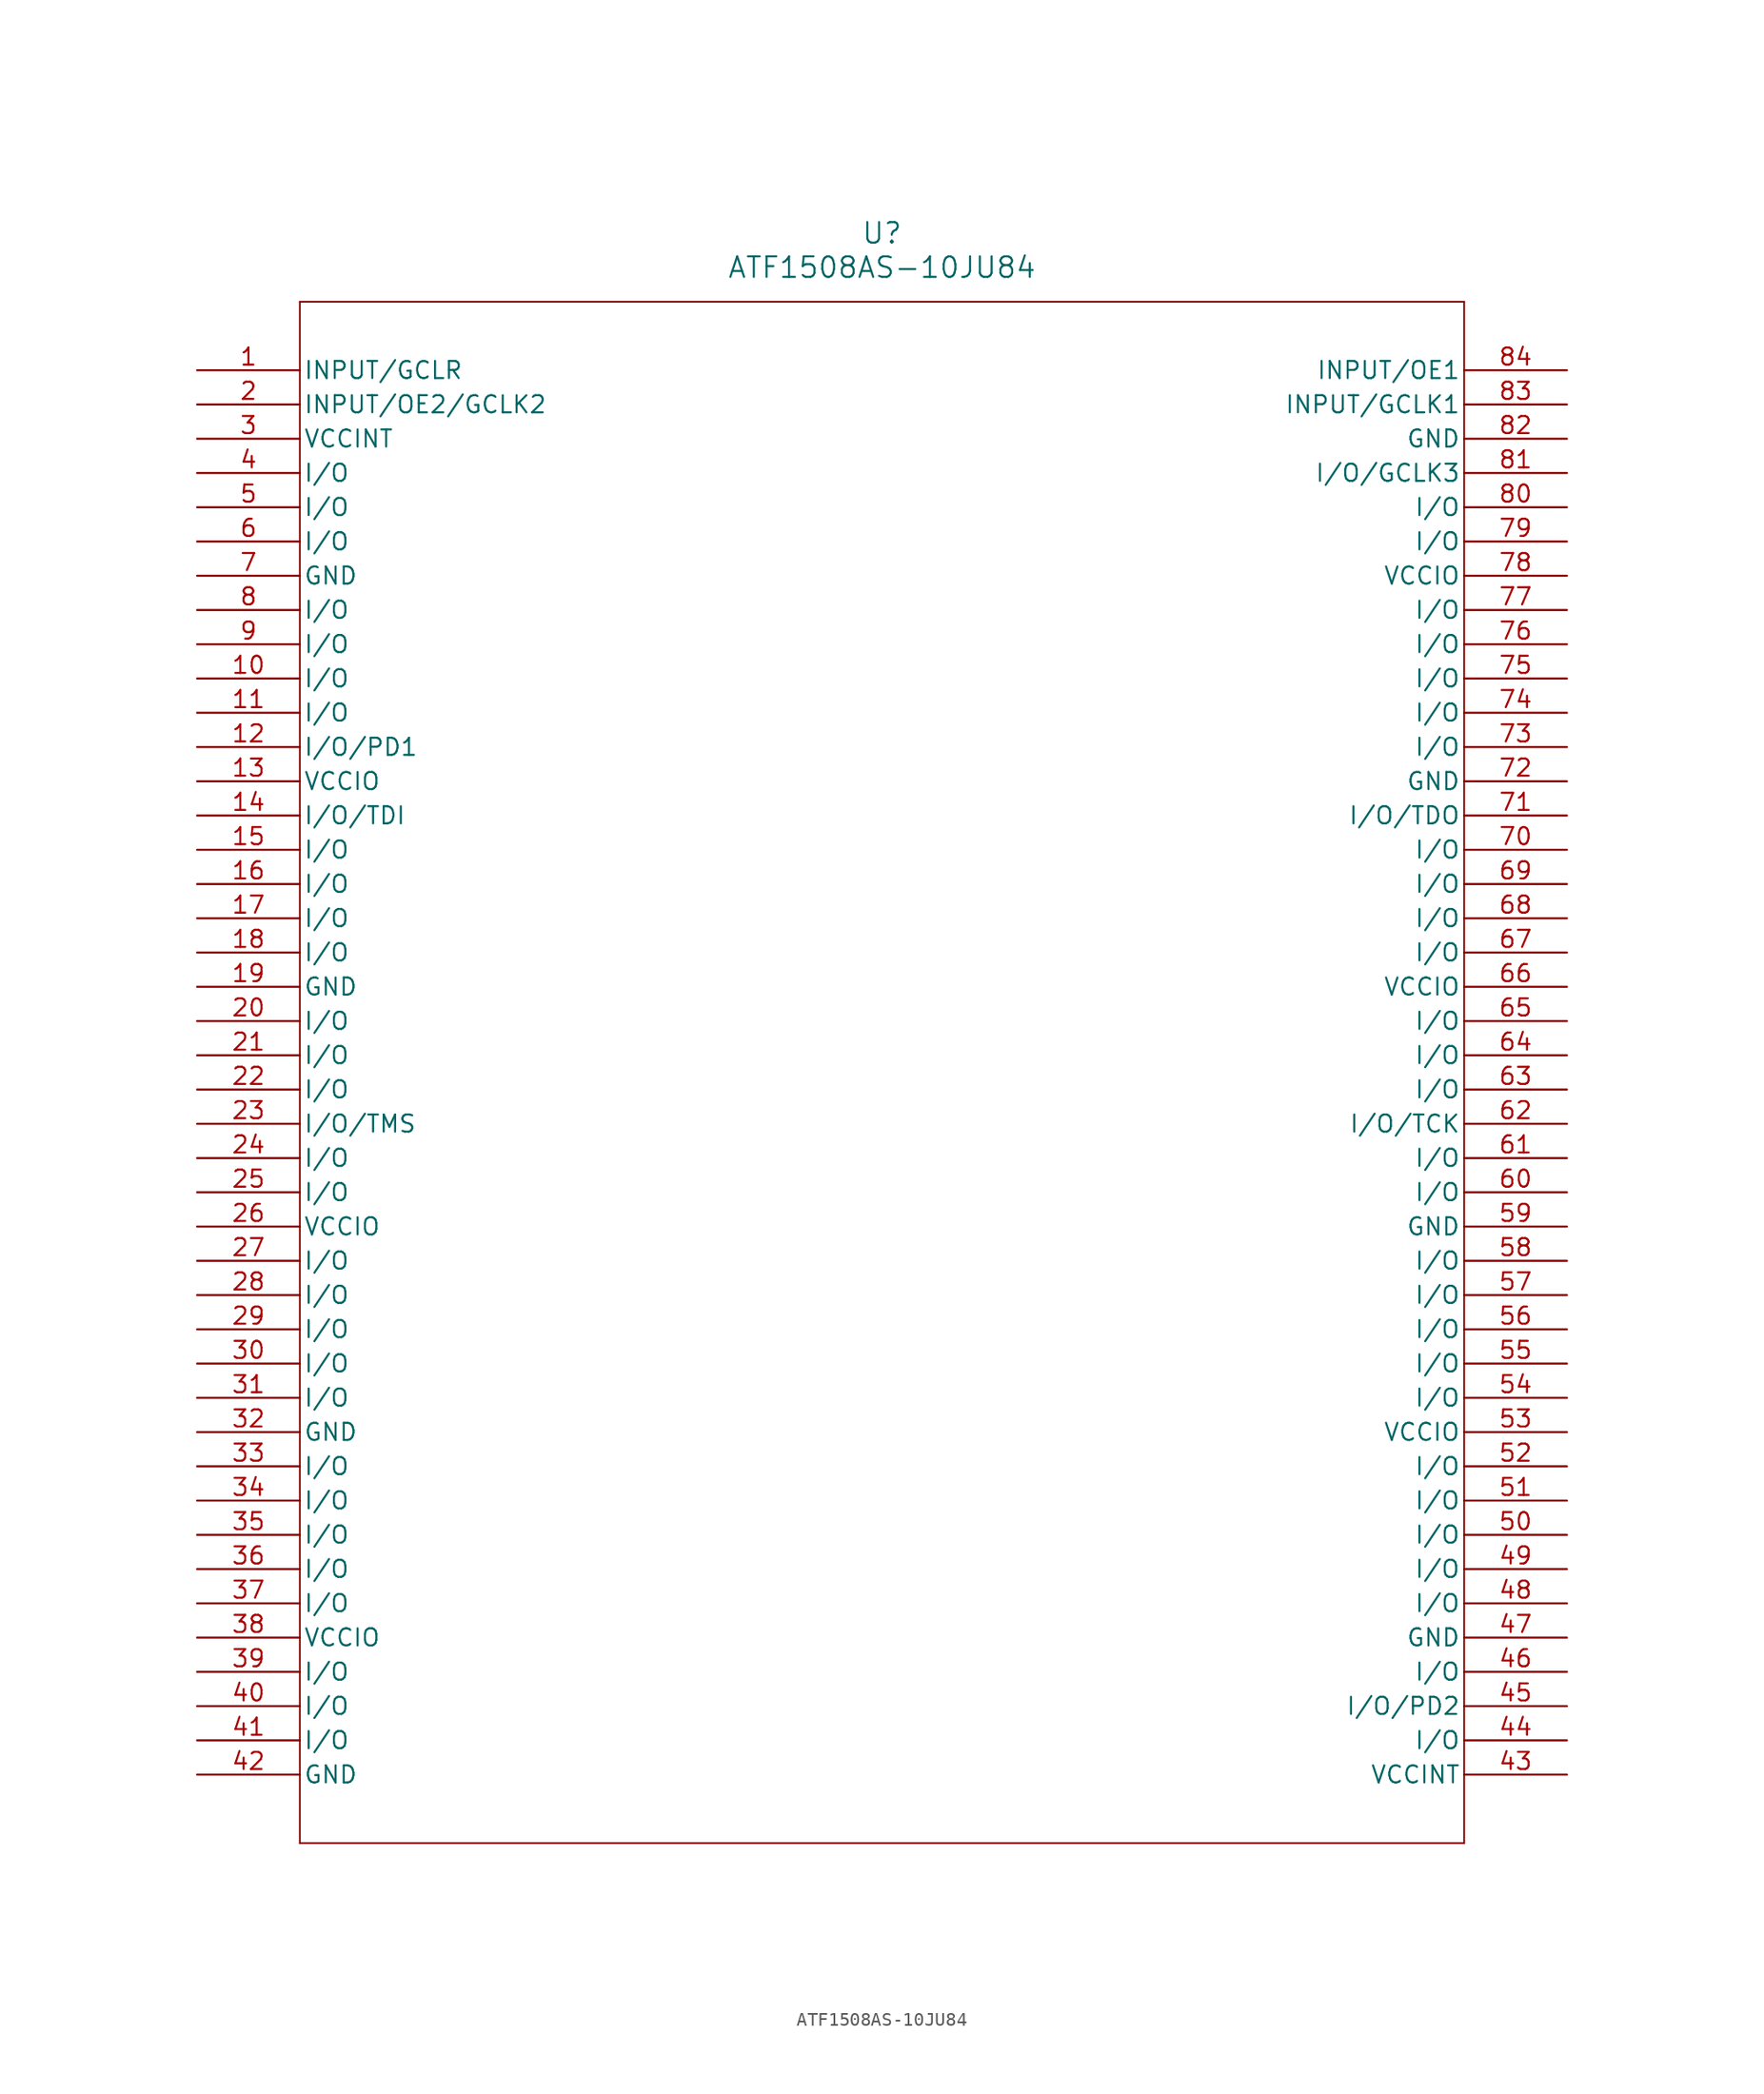
<source format=kicad_sym>
(kicad_symbol_lib
  (version 20211014)
  (generator kicad_symbol_editor)
  (symbol "ATF1508AS-10JU84"
    (pin_names
      (offset 0.254))
    (property "Reference" "U"
      (at 50.8 10.16 0)
      (effects (font (size 1.524 1.524))))
    (property "Value" "ATF1508AS-10JU84"
      (at 50.8 7.62 0)
      (effects (font (size 1.524 1.524))))
    (symbol "ATF1508AS-10JU84_0_1"
      (polyline (pts (xy 7.62 5.08) (xy 7.62 -109.22)) (stroke (width 0.127) (type default) (color 0 0 0 0)) (fill (type none)))
      (polyline (pts (xy 7.62 -109.22) (xy 93.98 -109.22)) (stroke (width 0.127) (type default) (color 0 0 0 0)) (fill (type none)))
      (polyline (pts (xy 93.98 -109.22) (xy 93.98 5.08)) (stroke (width 0.127) (type default) (color 0 0 0 0)) (fill (type none)))
      (polyline (pts (xy 93.98 5.08) (xy 7.62 5.08)) (stroke (width 0.127) (type default) (color 0 0 0 0)) (fill (type none)))
      (pin bidirectional line (at 0 0 0) (length 7.62) (name "INPUT/GCLR" (effects (font (size 1.27 1.27)))) (number "1" (effects (font (size 1.27 1.27)))))
      (pin bidirectional line (at 0 -2.54 0) (length 7.62) (name "INPUT/OE2/GCLK2" (effects (font (size 1.27 1.27)))) (number "2" (effects (font (size 1.27 1.27)))))
      (pin power_in line (at 0 -5.08 0) (length 7.62) (name "VCCINT" (effects (font (size 1.27 1.27)))) (number "3" (effects (font (size 1.27 1.27)))))
      (pin bidirectional line (at 0 -7.62 0) (length 7.62) (name "I/O" (effects (font (size 1.27 1.27)))) (number "4" (effects (font (size 1.27 1.27)))))
      (pin bidirectional line (at 0 -10.16 0) (length 7.62) (name "I/O" (effects (font (size 1.27 1.27)))) (number "5" (effects (font (size 1.27 1.27)))))
      (pin bidirectional line (at 0 -12.7 0) (length 7.62) (name "I/O" (effects (font (size 1.27 1.27)))) (number "6" (effects (font (size 1.27 1.27)))))
      (pin power_in line (at 0 -15.24 0) (length 7.62) (name "GND" (effects (font (size 1.27 1.27)))) (number "7" (effects (font (size 1.27 1.27)))))
      (pin bidirectional line (at 0 -17.78 0) (length 7.62) (name "I/O" (effects (font (size 1.27 1.27)))) (number "8" (effects (font (size 1.27 1.27)))))
      (pin bidirectional line (at 0 -20.32 0) (length 7.62) (name "I/O" (effects (font (size 1.27 1.27)))) (number "9" (effects (font (size 1.27 1.27)))))
      (pin bidirectional line (at 0 -22.86 0) (length 7.62) (name "I/O" (effects (font (size 1.27 1.27)))) (number "10" (effects (font (size 1.27 1.27)))))
      (pin bidirectional line (at 0 -25.4 0) (length 7.62) (name "I/O" (effects (font (size 1.27 1.27)))) (number "11" (effects (font (size 1.27 1.27)))))
      (pin bidirectional line (at 0 -27.94 0) (length 7.62) (name "I/O/PD1" (effects (font (size 1.27 1.27)))) (number "12" (effects (font (size 1.27 1.27)))))
      (pin power_in line (at 0 -30.48 0) (length 7.62) (name "VCCIO" (effects (font (size 1.27 1.27)))) (number "13" (effects (font (size 1.27 1.27)))))
      (pin bidirectional line (at 0 -33.02 0) (length 7.62) (name "I/O/TDI" (effects (font (size 1.27 1.27)))) (number "14" (effects (font (size 1.27 1.27)))))
      (pin bidirectional line (at 0 -35.56 0) (length 7.62) (name "I/O" (effects (font (size 1.27 1.27)))) (number "15" (effects (font (size 1.27 1.27)))))
      (pin bidirectional line (at 0 -38.1 0) (length 7.62) (name "I/O" (effects (font (size 1.27 1.27)))) (number "16" (effects (font (size 1.27 1.27)))))
      (pin bidirectional line (at 0 -40.64 0) (length 7.62) (name "I/O" (effects (font (size 1.27 1.27)))) (number "17" (effects (font (size 1.27 1.27)))))
      (pin bidirectional line (at 0 -43.18 0) (length 7.62) (name "I/O" (effects (font (size 1.27 1.27)))) (number "18" (effects (font (size 1.27 1.27)))))
      (pin power_in line (at 0 -45.72 0) (length 7.62) (name "GND" (effects (font (size 1.27 1.27)))) (number "19" (effects (font (size 1.27 1.27)))))
      (pin bidirectional line (at 0 -48.26 0) (length 7.62) (name "I/O" (effects (font (size 1.27 1.27)))) (number "20" (effects (font (size 1.27 1.27)))))
      (pin bidirectional line (at 0 -50.8 0) (length 7.62) (name "I/O" (effects (font (size 1.27 1.27)))) (number "21" (effects (font (size 1.27 1.27)))))
      (pin bidirectional line (at 0 -53.34 0) (length 7.62) (name "I/O" (effects (font (size 1.27 1.27)))) (number "22" (effects (font (size 1.27 1.27)))))
      (pin bidirectional line (at 0 -55.88 0) (length 7.62) (name "I/O/TMS" (effects (font (size 1.27 1.27)))) (number "23" (effects (font (size 1.27 1.27)))))
      (pin bidirectional line (at 0 -58.42 0) (length 7.62) (name "I/O" (effects (font (size 1.27 1.27)))) (number "24" (effects (font (size 1.27 1.27)))))
      (pin bidirectional line (at 0 -60.96 0) (length 7.62) (name "I/O" (effects (font (size 1.27 1.27)))) (number "25" (effects (font (size 1.27 1.27)))))
      (pin power_in line (at 0 -63.5 0) (length 7.62) (name "VCCIO" (effects (font (size 1.27 1.27)))) (number "26" (effects (font (size 1.27 1.27)))))
      (pin bidirectional line (at 0 -66.04 0) (length 7.62) (name "I/O" (effects (font (size 1.27 1.27)))) (number "27" (effects (font (size 1.27 1.27)))))
      (pin bidirectional line (at 0 -68.58 0) (length 7.62) (name "I/O" (effects (font (size 1.27 1.27)))) (number "28" (effects (font (size 1.27 1.27)))))
      (pin bidirectional line (at 0 -71.12 0) (length 7.62) (name "I/O" (effects (font (size 1.27 1.27)))) (number "29" (effects (font (size 1.27 1.27)))))
      (pin bidirectional line (at 0 -73.66 0) (length 7.62) (name "I/O" (effects (font (size 1.27 1.27)))) (number "30" (effects (font (size 1.27 1.27)))))
      (pin bidirectional line (at 0 -76.2 0) (length 7.62) (name "I/O" (effects (font (size 1.27 1.27)))) (number "31" (effects (font (size 1.27 1.27)))))
      (pin power_in line (at 0 -78.74 0) (length 7.62) (name "GND" (effects (font (size 1.27 1.27)))) (number "32" (effects (font (size 1.27 1.27)))))
      (pin bidirectional line (at 0 -81.28 0) (length 7.62) (name "I/O" (effects (font (size 1.27 1.27)))) (number "33" (effects (font (size 1.27 1.27)))))
      (pin bidirectional line (at 0 -83.82 0) (length 7.62) (name "I/O" (effects (font (size 1.27 1.27)))) (number "34" (effects (font (size 1.27 1.27)))))
      (pin bidirectional line (at 0 -86.36 0) (length 7.62) (name "I/O" (effects (font (size 1.27 1.27)))) (number "35" (effects (font (size 1.27 1.27)))))
      (pin bidirectional line (at 0 -88.9 0) (length 7.62) (name "I/O" (effects (font (size 1.27 1.27)))) (number "36" (effects (font (size 1.27 1.27)))))
      (pin bidirectional line (at 0 -91.44 0) (length 7.62) (name "I/O" (effects (font (size 1.27 1.27)))) (number "37" (effects (font (size 1.27 1.27)))))
      (pin power_in line (at 0 -93.98 0) (length 7.62) (name "VCCIO" (effects (font (size 1.27 1.27)))) (number "38" (effects (font (size 1.27 1.27)))))
      (pin bidirectional line (at 0 -96.52 0) (length 7.62) (name "I/O" (effects (font (size 1.27 1.27)))) (number "39" (effects (font (size 1.27 1.27)))))
      (pin bidirectional line (at 0 -99.06 0) (length 7.62) (name "I/O" (effects (font (size 1.27 1.27)))) (number "40" (effects (font (size 1.27 1.27)))))
      (pin bidirectional line (at 0 -101.6 0) (length 7.62) (name "I/O" (effects (font (size 1.27 1.27)))) (number "41" (effects (font (size 1.27 1.27)))))
      (pin power_in line (at 0 -104.14 0) (length 7.62) (name "GND" (effects (font (size 1.27 1.27)))) (number "42" (effects (font (size 1.27 1.27)))))
      (pin power_in line (at 101.6 -104.14 180) (length 7.62) (name "VCCINT" (effects (font (size 1.27 1.27)))) (number "43" (effects (font (size 1.27 1.27)))))
      (pin bidirectional line (at 101.6 -101.6 180) (length 7.62) (name "I/O" (effects (font (size 1.27 1.27)))) (number "44" (effects (font (size 1.27 1.27)))))
      (pin bidirectional line (at 101.6 -99.06 180) (length 7.62) (name "I/O/PD2" (effects (font (size 1.27 1.27)))) (number "45" (effects (font (size 1.27 1.27)))))
      (pin bidirectional line (at 101.6 -96.52 180) (length 7.62) (name "I/O" (effects (font (size 1.27 1.27)))) (number "46" (effects (font (size 1.27 1.27)))))
      (pin power_in line (at 101.6 -93.98 180) (length 7.62) (name "GND" (effects (font (size 1.27 1.27)))) (number "47" (effects (font (size 1.27 1.27)))))
      (pin bidirectional line (at 101.6 -91.44 180) (length 7.62) (name "I/O" (effects (font (size 1.27 1.27)))) (number "48" (effects (font (size 1.27 1.27)))))
      (pin bidirectional line (at 101.6 -88.9 180) (length 7.62) (name "I/O" (effects (font (size 1.27 1.27)))) (number "49" (effects (font (size 1.27 1.27)))))
      (pin bidirectional line (at 101.6 -86.36 180) (length 7.62) (name "I/O" (effects (font (size 1.27 1.27)))) (number "50" (effects (font (size 1.27 1.27)))))
      (pin bidirectional line (at 101.6 -83.82 180) (length 7.62) (name "I/O" (effects (font (size 1.27 1.27)))) (number "51" (effects (font (size 1.27 1.27)))))
      (pin bidirectional line (at 101.6 -81.28 180) (length 7.62) (name "I/O" (effects (font (size 1.27 1.27)))) (number "52" (effects (font (size 1.27 1.27)))))
      (pin power_in line (at 101.6 -78.74 180) (length 7.62) (name "VCCIO" (effects (font (size 1.27 1.27)))) (number "53" (effects (font (size 1.27 1.27)))))
      (pin bidirectional line (at 101.6 -76.2 180) (length 7.62) (name "I/O" (effects (font (size 1.27 1.27)))) (number "54" (effects (font (size 1.27 1.27)))))
      (pin bidirectional line (at 101.6 -73.66 180) (length 7.62) (name "I/O" (effects (font (size 1.27 1.27)))) (number "55" (effects (font (size 1.27 1.27)))))
      (pin bidirectional line (at 101.6 -71.12 180) (length 7.62) (name "I/O" (effects (font (size 1.27 1.27)))) (number "56" (effects (font (size 1.27 1.27)))))
      (pin bidirectional line (at 101.6 -68.58 180) (length 7.62) (name "I/O" (effects (font (size 1.27 1.27)))) (number "57" (effects (font (size 1.27 1.27)))))
      (pin bidirectional line (at 101.6 -66.04 180) (length 7.62) (name "I/O" (effects (font (size 1.27 1.27)))) (number "58" (effects (font (size 1.27 1.27)))))
      (pin power_in line (at 101.6 -63.5 180) (length 7.62) (name "GND" (effects (font (size 1.27 1.27)))) (number "59" (effects (font (size 1.27 1.27)))))
      (pin bidirectional line (at 101.6 -60.96 180) (length 7.62) (name "I/O" (effects (font (size 1.27 1.27)))) (number "60" (effects (font (size 1.27 1.27)))))
      (pin bidirectional line (at 101.6 -58.42 180) (length 7.62) (name "I/O" (effects (font (size 1.27 1.27)))) (number "61" (effects (font (size 1.27 1.27)))))
      (pin bidirectional line (at 101.6 -55.88 180) (length 7.62) (name "I/O/TCK" (effects (font (size 1.27 1.27)))) (number "62" (effects (font (size 1.27 1.27)))))
      (pin bidirectional line (at 101.6 -53.34 180) (length 7.62) (name "I/O" (effects (font (size 1.27 1.27)))) (number "63" (effects (font (size 1.27 1.27)))))
      (pin bidirectional line (at 101.6 -50.8 180) (length 7.62) (name "I/O" (effects (font (size 1.27 1.27)))) (number "64" (effects (font (size 1.27 1.27)))))
      (pin bidirectional line (at 101.6 -48.26 180) (length 7.62) (name "I/O" (effects (font (size 1.27 1.27)))) (number "65" (effects (font (size 1.27 1.27)))))
      (pin power_in line (at 101.6 -45.72 180) (length 7.62) (name "VCCIO" (effects (font (size 1.27 1.27)))) (number "66" (effects (font (size 1.27 1.27)))))
      (pin bidirectional line (at 101.6 -43.18 180) (length 7.62) (name "I/O" (effects (font (size 1.27 1.27)))) (number "67" (effects (font (size 1.27 1.27)))))
      (pin bidirectional line (at 101.6 -40.64 180) (length 7.62) (name "I/O" (effects (font (size 1.27 1.27)))) (number "68" (effects (font (size 1.27 1.27)))))
      (pin bidirectional line (at 101.6 -38.1 180) (length 7.62) (name "I/O" (effects (font (size 1.27 1.27)))) (number "69" (effects (font (size 1.27 1.27)))))
      (pin bidirectional line (at 101.6 -35.56 180) (length 7.62) (name "I/O" (effects (font (size 1.27 1.27)))) (number "70" (effects (font (size 1.27 1.27)))))
      (pin bidirectional line (at 101.6 -33.02 180) (length 7.62) (name "I/O/TDO" (effects (font (size 1.27 1.27)))) (number "71" (effects (font (size 1.27 1.27)))))
      (pin power_in line (at 101.6 -30.48 180) (length 7.62) (name "GND" (effects (font (size 1.27 1.27)))) (number "72" (effects (font (size 1.27 1.27)))))
      (pin bidirectional line (at 101.6 -27.94 180) (length 7.62) (name "I/O" (effects (font (size 1.27 1.27)))) (number "73" (effects (font (size 1.27 1.27)))))
      (pin bidirectional line (at 101.6 -25.4 180) (length 7.62) (name "I/O" (effects (font (size 1.27 1.27)))) (number "74" (effects (font (size 1.27 1.27)))))
      (pin bidirectional line (at 101.6 -22.86 180) (length 7.62) (name "I/O" (effects (font (size 1.27 1.27)))) (number "75" (effects (font (size 1.27 1.27)))))
      (pin bidirectional line (at 101.6 -20.32 180) (length 7.62) (name "I/O" (effects (font (size 1.27 1.27)))) (number "76" (effects (font (size 1.27 1.27)))))
      (pin bidirectional line (at 101.6 -17.78 180) (length 7.62) (name "I/O" (effects (font (size 1.27 1.27)))) (number "77" (effects (font (size 1.27 1.27)))))
      (pin power_in line (at 101.6 -15.24 180) (length 7.62) (name "VCCIO" (effects (font (size 1.27 1.27)))) (number "78" (effects (font (size 1.27 1.27)))))
      (pin bidirectional line (at 101.6 -12.7 180) (length 7.62) (name "I/O" (effects (font (size 1.27 1.27)))) (number "79" (effects (font (size 1.27 1.27)))))
      (pin bidirectional line (at 101.6 -10.16 180) (length 7.62) (name "I/O" (effects (font (size 1.27 1.27)))) (number "80" (effects (font (size 1.27 1.27)))))
      (pin bidirectional line (at 101.6 -7.62 180) (length 7.62) (name "I/O/GCLK3" (effects (font (size 1.27 1.27)))) (number "81" (effects (font (size 1.27 1.27)))))
      (pin power_in line (at 101.6 -5.08 180) (length 7.62) (name "GND" (effects (font (size 1.27 1.27)))) (number "82" (effects (font (size 1.27 1.27)))))
      (pin bidirectional line (at 101.6 -2.54 180) (length 7.62) (name "INPUT/GCLK1" (effects (font (size 1.27 1.27)))) (number "83" (effects (font (size 1.27 1.27)))))
      (pin bidirectional line (at 101.6 0 180) (length 7.62) (name "INPUT/OE1" (effects (font (size 1.27 1.27)))) (number "84" (effects (font (size 1.27 1.27))))))))
</source>
